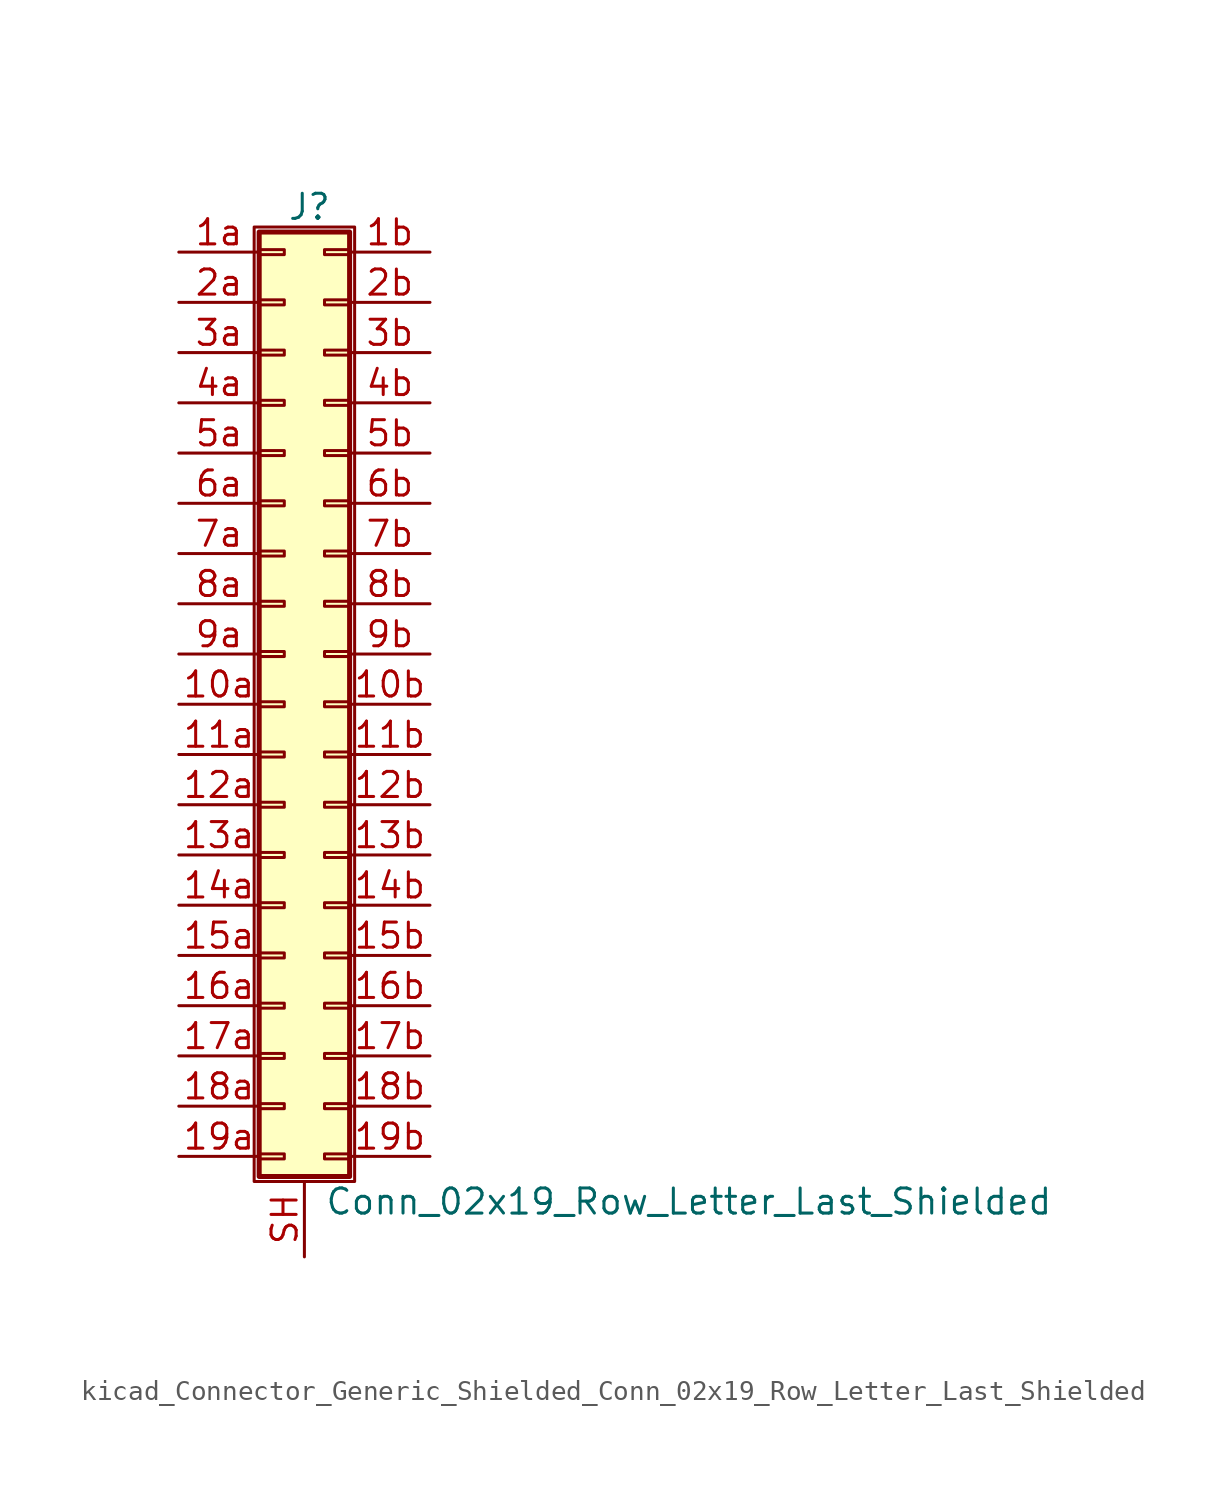
<source format=kicad_sym>
(kicad_symbol_lib
  (version 20220914)
  (generator kicad_symbol_editor)
  (symbol "kicad_Connector_Generic_Shielded_Conn_02x19_Row_Letter_Last_Shielded"
    (pin_names
      (offset 1.016) hide)
    (property "Reference" "J"
      (at 1.524 25.146 0)
      (effects (font (size 1.27 1.27))))
    (property "Value" "Conn_02x19_Row_Letter_Last_Shielded"
      (at 2.286 -25.146 0)
      (effects (font (size 1.27 1.27)) (justify left)))
    (symbol "kicad_Connector_Generic_Shielded_Conn_02x19_Row_Letter_Last_Shielded_1_1"
      (rectangle (start -1.27 24.13) (end 3.81 -24.13) (stroke (width 0.152) (type default)) (fill (type none)))
      (rectangle (start -1.016 -22.733) (end 0.254 -22.987) (stroke (width 0.152) (type default)) (fill (type none)))
      (rectangle (start -1.016 -20.193) (end 0.254 -20.447) (stroke (width 0.152) (type default)) (fill (type none)))
      (rectangle (start -1.016 -17.653) (end 0.254 -17.907) (stroke (width 0.152) (type default)) (fill (type none)))
      (rectangle (start -1.016 -15.113) (end 0.254 -15.367) (stroke (width 0.152) (type default)) (fill (type none)))
      (rectangle (start -1.016 -12.573) (end 0.254 -12.827) (stroke (width 0.152) (type default)) (fill (type none)))
      (rectangle (start -1.016 -10.033) (end 0.254 -10.287) (stroke (width 0.152) (type default)) (fill (type none)))
      (rectangle (start -1.016 -7.493) (end 0.254 -7.747) (stroke (width 0.152) (type default)) (fill (type none)))
      (rectangle (start -1.016 -4.953) (end 0.254 -5.207) (stroke (width 0.152) (type default)) (fill (type none)))
      (rectangle (start -1.016 -2.413) (end 0.254 -2.667) (stroke (width 0.152) (type default)) (fill (type none)))
      (rectangle (start -1.016 0.127) (end 0.254 -0.127) (stroke (width 0.152) (type default)) (fill (type none)))
      (rectangle (start -1.016 2.667) (end 0.254 2.413) (stroke (width 0.152) (type default)) (fill (type none)))
      (rectangle (start -1.016 5.207) (end 0.254 4.953) (stroke (width 0.152) (type default)) (fill (type none)))
      (rectangle (start -1.016 7.747) (end 0.254 7.493) (stroke (width 0.152) (type default)) (fill (type none)))
      (rectangle (start -1.016 10.287) (end 0.254 10.033) (stroke (width 0.152) (type default)) (fill (type none)))
      (rectangle (start -1.016 12.827) (end 0.254 12.573) (stroke (width 0.152) (type default)) (fill (type none)))
      (rectangle (start -1.016 15.367) (end 0.254 15.113) (stroke (width 0.152) (type default)) (fill (type none)))
      (rectangle (start -1.016 17.907) (end 0.254 17.653) (stroke (width 0.152) (type default)) (fill (type none)))
      (rectangle (start -1.016 20.447) (end 0.254 20.193) (stroke (width 0.152) (type default)) (fill (type none)))
      (rectangle (start -1.016 22.987) (end 0.254 22.733) (stroke (width 0.152) (type default)) (fill (type none)))
      (rectangle (start -1.016 23.876) (end 3.556 -23.876) (stroke (width 0.254) (type default)) (fill (type background)))
      (rectangle (start 3.556 -22.733) (end 2.286 -22.987) (stroke (width 0.152) (type default)) (fill (type none)))
      (rectangle (start 3.556 -20.193) (end 2.286 -20.447) (stroke (width 0.152) (type default)) (fill (type none)))
      (rectangle (start 3.556 -17.653) (end 2.286 -17.907) (stroke (width 0.152) (type default)) (fill (type none)))
      (rectangle (start 3.556 -15.113) (end 2.286 -15.367) (stroke (width 0.152) (type default)) (fill (type none)))
      (rectangle (start 3.556 -12.573) (end 2.286 -12.827) (stroke (width 0.152) (type default)) (fill (type none)))
      (rectangle (start 3.556 -10.033) (end 2.286 -10.287) (stroke (width 0.152) (type default)) (fill (type none)))
      (rectangle (start 3.556 -7.493) (end 2.286 -7.747) (stroke (width 0.152) (type default)) (fill (type none)))
      (rectangle (start 3.556 -4.953) (end 2.286 -5.207) (stroke (width 0.152) (type default)) (fill (type none)))
      (rectangle (start 3.556 -2.413) (end 2.286 -2.667) (stroke (width 0.152) (type default)) (fill (type none)))
      (rectangle (start 3.556 0.127) (end 2.286 -0.127) (stroke (width 0.152) (type default)) (fill (type none)))
      (rectangle (start 3.556 2.667) (end 2.286 2.413) (stroke (width 0.152) (type default)) (fill (type none)))
      (rectangle (start 3.556 5.207) (end 2.286 4.953) (stroke (width 0.152) (type default)) (fill (type none)))
      (rectangle (start 3.556 7.747) (end 2.286 7.493) (stroke (width 0.152) (type default)) (fill (type none)))
      (rectangle (start 3.556 10.287) (end 2.286 10.033) (stroke (width 0.152) (type default)) (fill (type none)))
      (rectangle (start 3.556 12.827) (end 2.286 12.573) (stroke (width 0.152) (type default)) (fill (type none)))
      (rectangle (start 3.556 15.367) (end 2.286 15.113) (stroke (width 0.152) (type default)) (fill (type none)))
      (rectangle (start 3.556 17.907) (end 2.286 17.653) (stroke (width 0.152) (type default)) (fill (type none)))
      (rectangle (start 3.556 20.447) (end 2.286 20.193) (stroke (width 0.152) (type default)) (fill (type none)))
      (rectangle (start 3.556 22.987) (end 2.286 22.733) (stroke (width 0.152) (type default)) (fill (type none)))
      (pin passive line (at -5.08 0 0) (length 4.064) (name "Pin_10a" (effects (font (size 1.27 1.27)))) (number "10a" (effects (font (size 1.27 1.27)))))
      (pin passive line (at 7.62 0 180) (length 4.064) (name "Pin_10b" (effects (font (size 1.27 1.27)))) (number "10b" (effects (font (size 1.27 1.27)))))
      (pin passive line (at -5.08 -2.54 0) (length 4.064) (name "Pin_11a" (effects (font (size 1.27 1.27)))) (number "11a" (effects (font (size 1.27 1.27)))))
      (pin passive line (at 7.62 -2.54 180) (length 4.064) (name "Pin_11b" (effects (font (size 1.27 1.27)))) (number "11b" (effects (font (size 1.27 1.27)))))
      (pin passive line (at -5.08 -5.08 0) (length 4.064) (name "Pin_12a" (effects (font (size 1.27 1.27)))) (number "12a" (effects (font (size 1.27 1.27)))))
      (pin passive line (at 7.62 -5.08 180) (length 4.064) (name "Pin_12b" (effects (font (size 1.27 1.27)))) (number "12b" (effects (font (size 1.27 1.27)))))
      (pin passive line (at -5.08 -7.62 0) (length 4.064) (name "Pin_13a" (effects (font (size 1.27 1.27)))) (number "13a" (effects (font (size 1.27 1.27)))))
      (pin passive line (at 7.62 -7.62 180) (length 4.064) (name "Pin_13b" (effects (font (size 1.27 1.27)))) (number "13b" (effects (font (size 1.27 1.27)))))
      (pin passive line (at -5.08 -10.16 0) (length 4.064) (name "Pin_14a" (effects (font (size 1.27 1.27)))) (number "14a" (effects (font (size 1.27 1.27)))))
      (pin passive line (at 7.62 -10.16 180) (length 4.064) (name "Pin_14b" (effects (font (size 1.27 1.27)))) (number "14b" (effects (font (size 1.27 1.27)))))
      (pin passive line (at -5.08 -12.7 0) (length 4.064) (name "Pin_15a" (effects (font (size 1.27 1.27)))) (number "15a" (effects (font (size 1.27 1.27)))))
      (pin passive line (at 7.62 -12.7 180) (length 4.064) (name "Pin_15b" (effects (font (size 1.27 1.27)))) (number "15b" (effects (font (size 1.27 1.27)))))
      (pin passive line (at -5.08 -15.24 0) (length 4.064) (name "Pin_16a" (effects (font (size 1.27 1.27)))) (number "16a" (effects (font (size 1.27 1.27)))))
      (pin passive line (at 7.62 -15.24 180) (length 4.064) (name "Pin_16b" (effects (font (size 1.27 1.27)))) (number "16b" (effects (font (size 1.27 1.27)))))
      (pin passive line (at -5.08 -17.78 0) (length 4.064) (name "Pin_17a" (effects (font (size 1.27 1.27)))) (number "17a" (effects (font (size 1.27 1.27)))))
      (pin passive line (at 7.62 -17.78 180) (length 4.064) (name "Pin_17b" (effects (font (size 1.27 1.27)))) (number "17b" (effects (font (size 1.27 1.27)))))
      (pin passive line (at -5.08 -20.32 0) (length 4.064) (name "Pin_18a" (effects (font (size 1.27 1.27)))) (number "18a" (effects (font (size 1.27 1.27)))))
      (pin passive line (at 7.62 -20.32 180) (length 4.064) (name "Pin_18b" (effects (font (size 1.27 1.27)))) (number "18b" (effects (font (size 1.27 1.27)))))
      (pin passive line (at -5.08 -22.86 0) (length 4.064) (name "Pin_19a" (effects (font (size 1.27 1.27)))) (number "19a" (effects (font (size 1.27 1.27)))))
      (pin passive line (at 7.62 -22.86 180) (length 4.064) (name "Pin_19b" (effects (font (size 1.27 1.27)))) (number "19b" (effects (font (size 1.27 1.27)))))
      (pin passive line (at -5.08 22.86 0) (length 4.064) (name "Pin_1a" (effects (font (size 1.27 1.27)))) (number "1a" (effects (font (size 1.27 1.27)))))
      (pin passive line (at 7.62 22.86 180) (length 4.064) (name "Pin_1b" (effects (font (size 1.27 1.27)))) (number "1b" (effects (font (size 1.27 1.27)))))
      (pin passive line (at -5.08 20.32 0) (length 4.064) (name "Pin_2a" (effects (font (size 1.27 1.27)))) (number "2a" (effects (font (size 1.27 1.27)))))
      (pin passive line (at 7.62 20.32 180) (length 4.064) (name "Pin_2b" (effects (font (size 1.27 1.27)))) (number "2b" (effects (font (size 1.27 1.27)))))
      (pin passive line (at -5.08 17.78 0) (length 4.064) (name "Pin_3a" (effects (font (size 1.27 1.27)))) (number "3a" (effects (font (size 1.27 1.27)))))
      (pin passive line (at 7.62 17.78 180) (length 4.064) (name "Pin_3b" (effects (font (size 1.27 1.27)))) (number "3b" (effects (font (size 1.27 1.27)))))
      (pin passive line (at -5.08 15.24 0) (length 4.064) (name "Pin_4a" (effects (font (size 1.27 1.27)))) (number "4a" (effects (font (size 1.27 1.27)))))
      (pin passive line (at 7.62 15.24 180) (length 4.064) (name "Pin_4b" (effects (font (size 1.27 1.27)))) (number "4b" (effects (font (size 1.27 1.27)))))
      (pin passive line (at -5.08 12.7 0) (length 4.064) (name "Pin_5a" (effects (font (size 1.27 1.27)))) (number "5a" (effects (font (size 1.27 1.27)))))
      (pin passive line (at 7.62 12.7 180) (length 4.064) (name "Pin_5b" (effects (font (size 1.27 1.27)))) (number "5b" (effects (font (size 1.27 1.27)))))
      (pin passive line (at -5.08 10.16 0) (length 4.064) (name "Pin_6a" (effects (font (size 1.27 1.27)))) (number "6a" (effects (font (size 1.27 1.27)))))
      (pin passive line (at 7.62 10.16 180) (length 4.064) (name "Pin_6b" (effects (font (size 1.27 1.27)))) (number "6b" (effects (font (size 1.27 1.27)))))
      (pin passive line (at -5.08 7.62 0) (length 4.064) (name "Pin_7a" (effects (font (size 1.27 1.27)))) (number "7a" (effects (font (size 1.27 1.27)))))
      (pin passive line (at 7.62 7.62 180) (length 4.064) (name "Pin_7b" (effects (font (size 1.27 1.27)))) (number "7b" (effects (font (size 1.27 1.27)))))
      (pin passive line (at -5.08 5.08 0) (length 4.064) (name "Pin_8a" (effects (font (size 1.27 1.27)))) (number "8a" (effects (font (size 1.27 1.27)))))
      (pin passive line (at 7.62 5.08 180) (length 4.064) (name "Pin_8b" (effects (font (size 1.27 1.27)))) (number "8b" (effects (font (size 1.27 1.27)))))
      (pin passive line (at -5.08 2.54 0) (length 4.064) (name "Pin_9a" (effects (font (size 1.27 1.27)))) (number "9a" (effects (font (size 1.27 1.27)))))
      (pin passive line (at 7.62 2.54 180) (length 4.064) (name "Pin_9b" (effects (font (size 1.27 1.27)))) (number "9b" (effects (font (size 1.27 1.27)))))
      (pin passive line (at 1.27 -27.94 90) (length 3.81) (name "Shield" (effects (font (size 1.27 1.27)))) (number "SH" (effects (font (size 1.27 1.27))))))))
</source>
